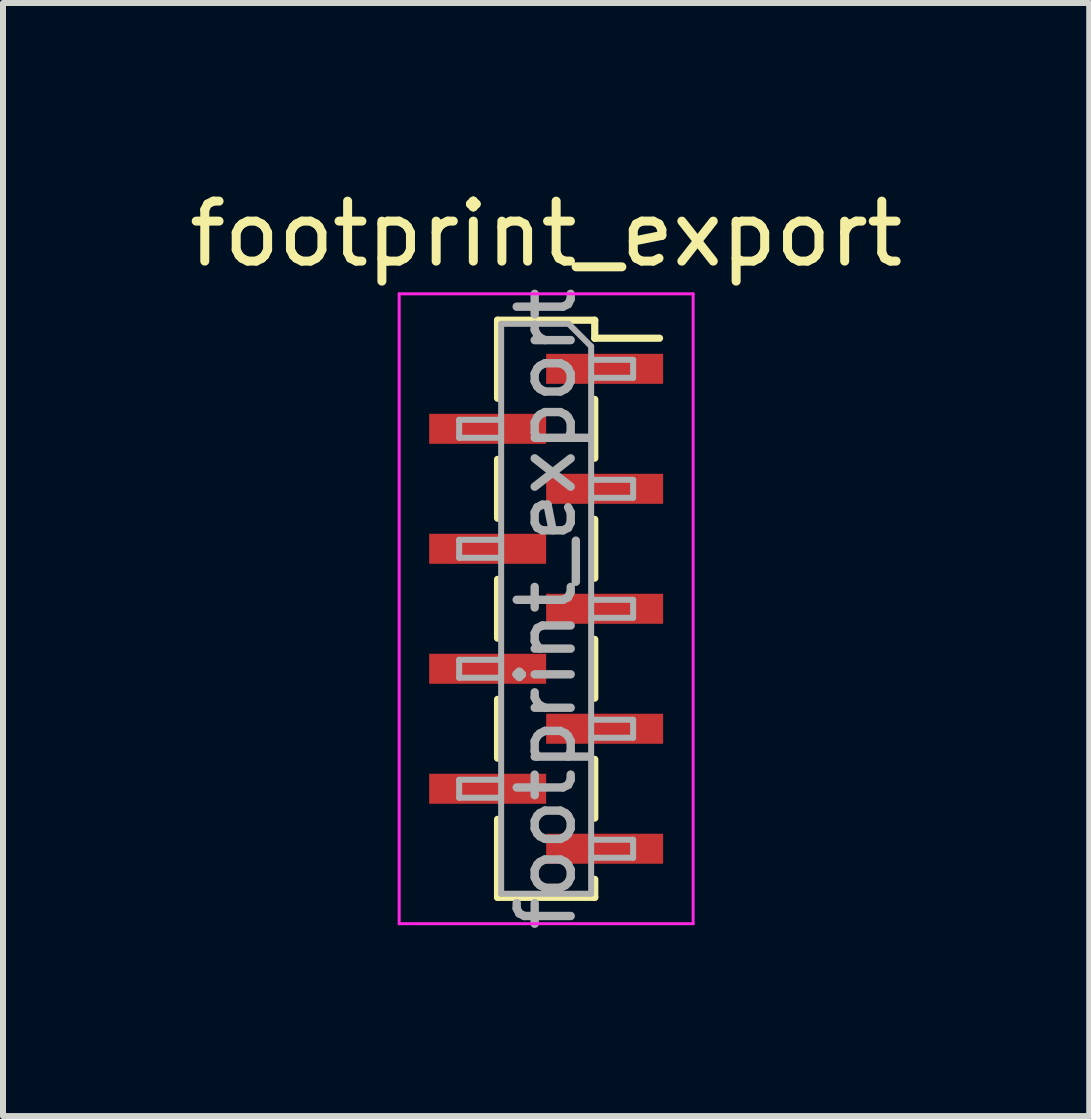
<source format=kicad_pcb>
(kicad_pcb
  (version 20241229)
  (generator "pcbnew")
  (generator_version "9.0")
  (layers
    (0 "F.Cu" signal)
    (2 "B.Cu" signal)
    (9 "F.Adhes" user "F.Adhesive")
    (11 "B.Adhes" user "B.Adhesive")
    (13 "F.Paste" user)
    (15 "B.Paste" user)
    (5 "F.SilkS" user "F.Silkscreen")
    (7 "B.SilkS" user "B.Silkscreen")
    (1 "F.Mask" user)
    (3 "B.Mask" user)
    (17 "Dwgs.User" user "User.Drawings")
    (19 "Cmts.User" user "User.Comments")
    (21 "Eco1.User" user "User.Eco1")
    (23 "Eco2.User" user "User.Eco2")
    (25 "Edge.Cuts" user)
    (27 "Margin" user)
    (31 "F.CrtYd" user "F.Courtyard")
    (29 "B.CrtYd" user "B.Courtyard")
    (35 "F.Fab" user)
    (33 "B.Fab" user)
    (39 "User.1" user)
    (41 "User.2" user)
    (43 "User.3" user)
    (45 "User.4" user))
  (footprint "footprint_export"
    (layer "F.Cu")
    (at 6.054 7.098)
    (property "Reference" "footprint_export" (at 0 -6.25 0) (layer "F.SilkS") (effects (font (size 1 1) (thickness 0.15))))
    (attr smd)
    (fp_line (start -0.81 -4.81) (end -0.81 -3.51) (stroke (width 0.12) (type solid)) (layer "F.SilkS"))
    (fp_line (start -0.81 -4.81) (end 0.81 -4.81) (stroke (width 0.12) (type solid)) (layer "F.SilkS"))
    (fp_line (start -0.81 -2.49) (end -0.81 -1.51) (stroke (width 0.12) (type solid)) (layer "F.SilkS"))
    (fp_line (start -0.81 -0.49) (end -0.81 0.49) (stroke (width 0.12) (type solid)) (layer "F.SilkS"))
    (fp_line (start -0.81 1.51) (end -0.81 2.49) (stroke (width 0.12) (type solid)) (layer "F.SilkS"))
    (fp_line (start -0.81 3.51) (end -0.81 4.81) (stroke (width 0.12) (type solid)) (layer "F.SilkS"))
    (fp_line (start -0.81 4.81) (end 0.81 4.81) (stroke (width 0.12) (type solid)) (layer "F.SilkS"))
    (fp_line (start 0.81 -4.81) (end 0.81 -4.51) (stroke (width 0.12) (type solid)) (layer "F.SilkS"))
    (fp_line (start 0.81 -4.51) (end 1.89 -4.51) (stroke (width 0.12) (type solid)) (layer "F.SilkS"))
    (fp_line (start 0.81 -3.49) (end 0.81 -2.51) (stroke (width 0.12) (type solid)) (layer "F.SilkS"))
    (fp_line (start 0.81 -1.49) (end 0.81 -0.51) (stroke (width 0.12) (type solid)) (layer "F.SilkS"))
    (fp_line (start 0.81 0.51) (end 0.81 1.49) (stroke (width 0.12) (type solid)) (layer "F.SilkS"))
    (fp_line (start 0.81 2.51) (end 0.81 3.49) (stroke (width 0.12) (type solid)) (layer "F.SilkS"))
    (fp_line (start 0.81 4.51) (end 0.81 4.81) (stroke (width 0.12) (type solid)) (layer "F.SilkS"))
    (fp_line (start -2.45 -5.25) (end 2.45 -5.25) (stroke (width 0.05) (type solid)) (layer "F.CrtYd"))
    (fp_line (start -2.45 5.25) (end -2.45 -5.25) (stroke (width 0.05) (type solid)) (layer "F.CrtYd"))
    (fp_line (start 2.45 -5.25) (end 2.45 5.25) (stroke (width 0.05) (type solid)) (layer "F.CrtYd"))
    (fp_line (start 2.45 5.25) (end -2.45 5.25) (stroke (width 0.05) (type solid)) (layer "F.CrtYd"))
    (fp_line (start -1.45 -3.15) (end -0.75 -3.15) (stroke (width 0.1) (type solid)) (layer "F.Fab"))
    (fp_line (start -1.45 -2.85) (end -1.45 -3.15) (stroke (width 0.1) (type solid)) (layer "F.Fab"))
    (fp_line (start -1.45 -1.15) (end -0.75 -1.15) (stroke (width 0.1) (type solid)) (layer "F.Fab"))
    (fp_line (start -1.45 -0.85) (end -1.45 -1.15) (stroke (width 0.1) (type solid)) (layer "F.Fab"))
    (fp_line (start -1.45 0.85) (end -0.75 0.85) (stroke (width 0.1) (type solid)) (layer "F.Fab"))
    (fp_line (start -1.45 1.15) (end -1.45 0.85) (stroke (width 0.1) (type solid)) (layer "F.Fab"))
    (fp_line (start -1.45 2.85) (end -0.75 2.85) (stroke (width 0.1) (type solid)) (layer "F.Fab"))
    (fp_line (start -1.45 3.15) (end -1.45 2.85) (stroke (width 0.1) (type solid)) (layer "F.Fab"))
    (fp_line (start -0.75 -4.75) (end 0.375 -4.75) (stroke (width 0.1) (type solid)) (layer "F.Fab"))
    (fp_line (start -0.75 -2.85) (end -1.45 -2.85) (stroke (width 0.1) (type solid)) (layer "F.Fab"))
    (fp_line (start -0.75 -0.85) (end -1.45 -0.85) (stroke (width 0.1) (type solid)) (layer "F.Fab"))
    (fp_line (start -0.75 1.15) (end -1.45 1.15) (stroke (width 0.1) (type solid)) (layer "F.Fab"))
    (fp_line (start -0.75 3.15) (end -1.45 3.15) (stroke (width 0.1) (type solid)) (layer "F.Fab"))
    (fp_line (start -0.75 4.75) (end -0.75 -4.75) (stroke (width 0.1) (type solid)) (layer "F.Fab"))
    (fp_line (start 0.375 -4.75) (end 0.75 -4.375) (stroke (width 0.1) (type solid)) (layer "F.Fab"))
    (fp_line (start 0.75 -4.375) (end 0.75 4.75) (stroke (width 0.1) (type solid)) (layer "F.Fab"))
    (fp_line (start 0.75 -4.15) (end 1.45 -4.15) (stroke (width 0.1) (type solid)) (layer "F.Fab"))
    (fp_line (start 0.75 -2.15) (end 1.45 -2.15) (stroke (width 0.1) (type solid)) (layer "F.Fab"))
    (fp_line (start 0.75 -0.15) (end 1.45 -0.15) (stroke (width 0.1) (type solid)) (layer "F.Fab"))
    (fp_line (start 0.75 1.85) (end 1.45 1.85) (stroke (width 0.1) (type solid)) (layer "F.Fab"))
    (fp_line (start 0.75 3.85) (end 1.45 3.85) (stroke (width 0.1) (type solid)) (layer "F.Fab"))
    (fp_line (start 0.75 4.75) (end -0.75 4.75) (stroke (width 0.1) (type solid)) (layer "F.Fab"))
    (fp_line (start 1.45 -4.15) (end 1.45 -3.85) (stroke (width 0.1) (type solid)) (layer "F.Fab"))
    (fp_line (start 1.45 -3.85) (end 0.75 -3.85) (stroke (width 0.1) (type solid)) (layer "F.Fab"))
    (fp_line (start 1.45 -2.15) (end 1.45 -1.85) (stroke (width 0.1) (type solid)) (layer "F.Fab"))
    (fp_line (start 1.45 -1.85) (end 0.75 -1.85) (stroke (width 0.1) (type solid)) (layer "F.Fab"))
    (fp_line (start 1.45 -0.15) (end 1.45 0.15) (stroke (width 0.1) (type solid)) (layer "F.Fab"))
    (fp_line (start 1.45 0.15) (end 0.75 0.15) (stroke (width 0.1) (type solid)) (layer "F.Fab"))
    (fp_line (start 1.45 1.85) (end 1.45 2.15) (stroke (width 0.1) (type solid)) (layer "F.Fab"))
    (fp_line (start 1.45 2.15) (end 0.75 2.15) (stroke (width 0.1) (type solid)) (layer "F.Fab"))
    (fp_line (start 1.45 3.85) (end 1.45 4.15) (stroke (width 0.1) (type solid)) (layer "F.Fab"))
    (fp_line (start 1.45 4.15) (end 0.75 4.15) (stroke (width 0.1) (type solid)) (layer "F.Fab"))
    (fp_text user "${REFERENCE}" (at 0 0 90) (layer "F.Fab") (effects (font (size 0.9 0.9) (thickness 0.14))))
    (pad "1" smd rect (at 0.975 -4) (size 1.95 0.5) (layers "F.Cu" "F.Mask" "F.Paste"))
    (pad "2" smd rect (at -0.975 -3) (size 1.95 0.5) (layers "F.Cu" "F.Mask" "F.Paste"))
    (pad "3" smd rect (at 0.975 -2) (size 1.95 0.5) (layers "F.Cu" "F.Mask" "F.Paste"))
    (pad "4" smd rect (at -0.975 -1) (size 1.95 0.5) (layers "F.Cu" "F.Mask" "F.Paste"))
    (pad "5" smd rect (at 0.975 0) (size 1.95 0.5) (layers "F.Cu" "F.Mask" "F.Paste"))
    (pad "6" smd rect (at -0.975 1) (size 1.95 0.5) (layers "F.Cu" "F.Mask" "F.Paste"))
    (pad "7" smd rect (at 0.975 2) (size 1.95 0.5) (layers "F.Cu" "F.Mask" "F.Paste"))
    (pad "8" smd rect (at -0.975 3) (size 1.95 0.5) (layers "F.Cu" "F.Mask" "F.Paste"))
    (pad "9" smd rect (at 0.975 4) (size 1.95 0.5) (layers "F.Cu" "F.Mask" "F.Paste")))
  (gr_rect
    (start -3 -3)
    (end 15.107 15.554)
    (stroke (width 0.1) (type default))
    (fill no)
    (layer "Edge.Cuts")))
</source>
